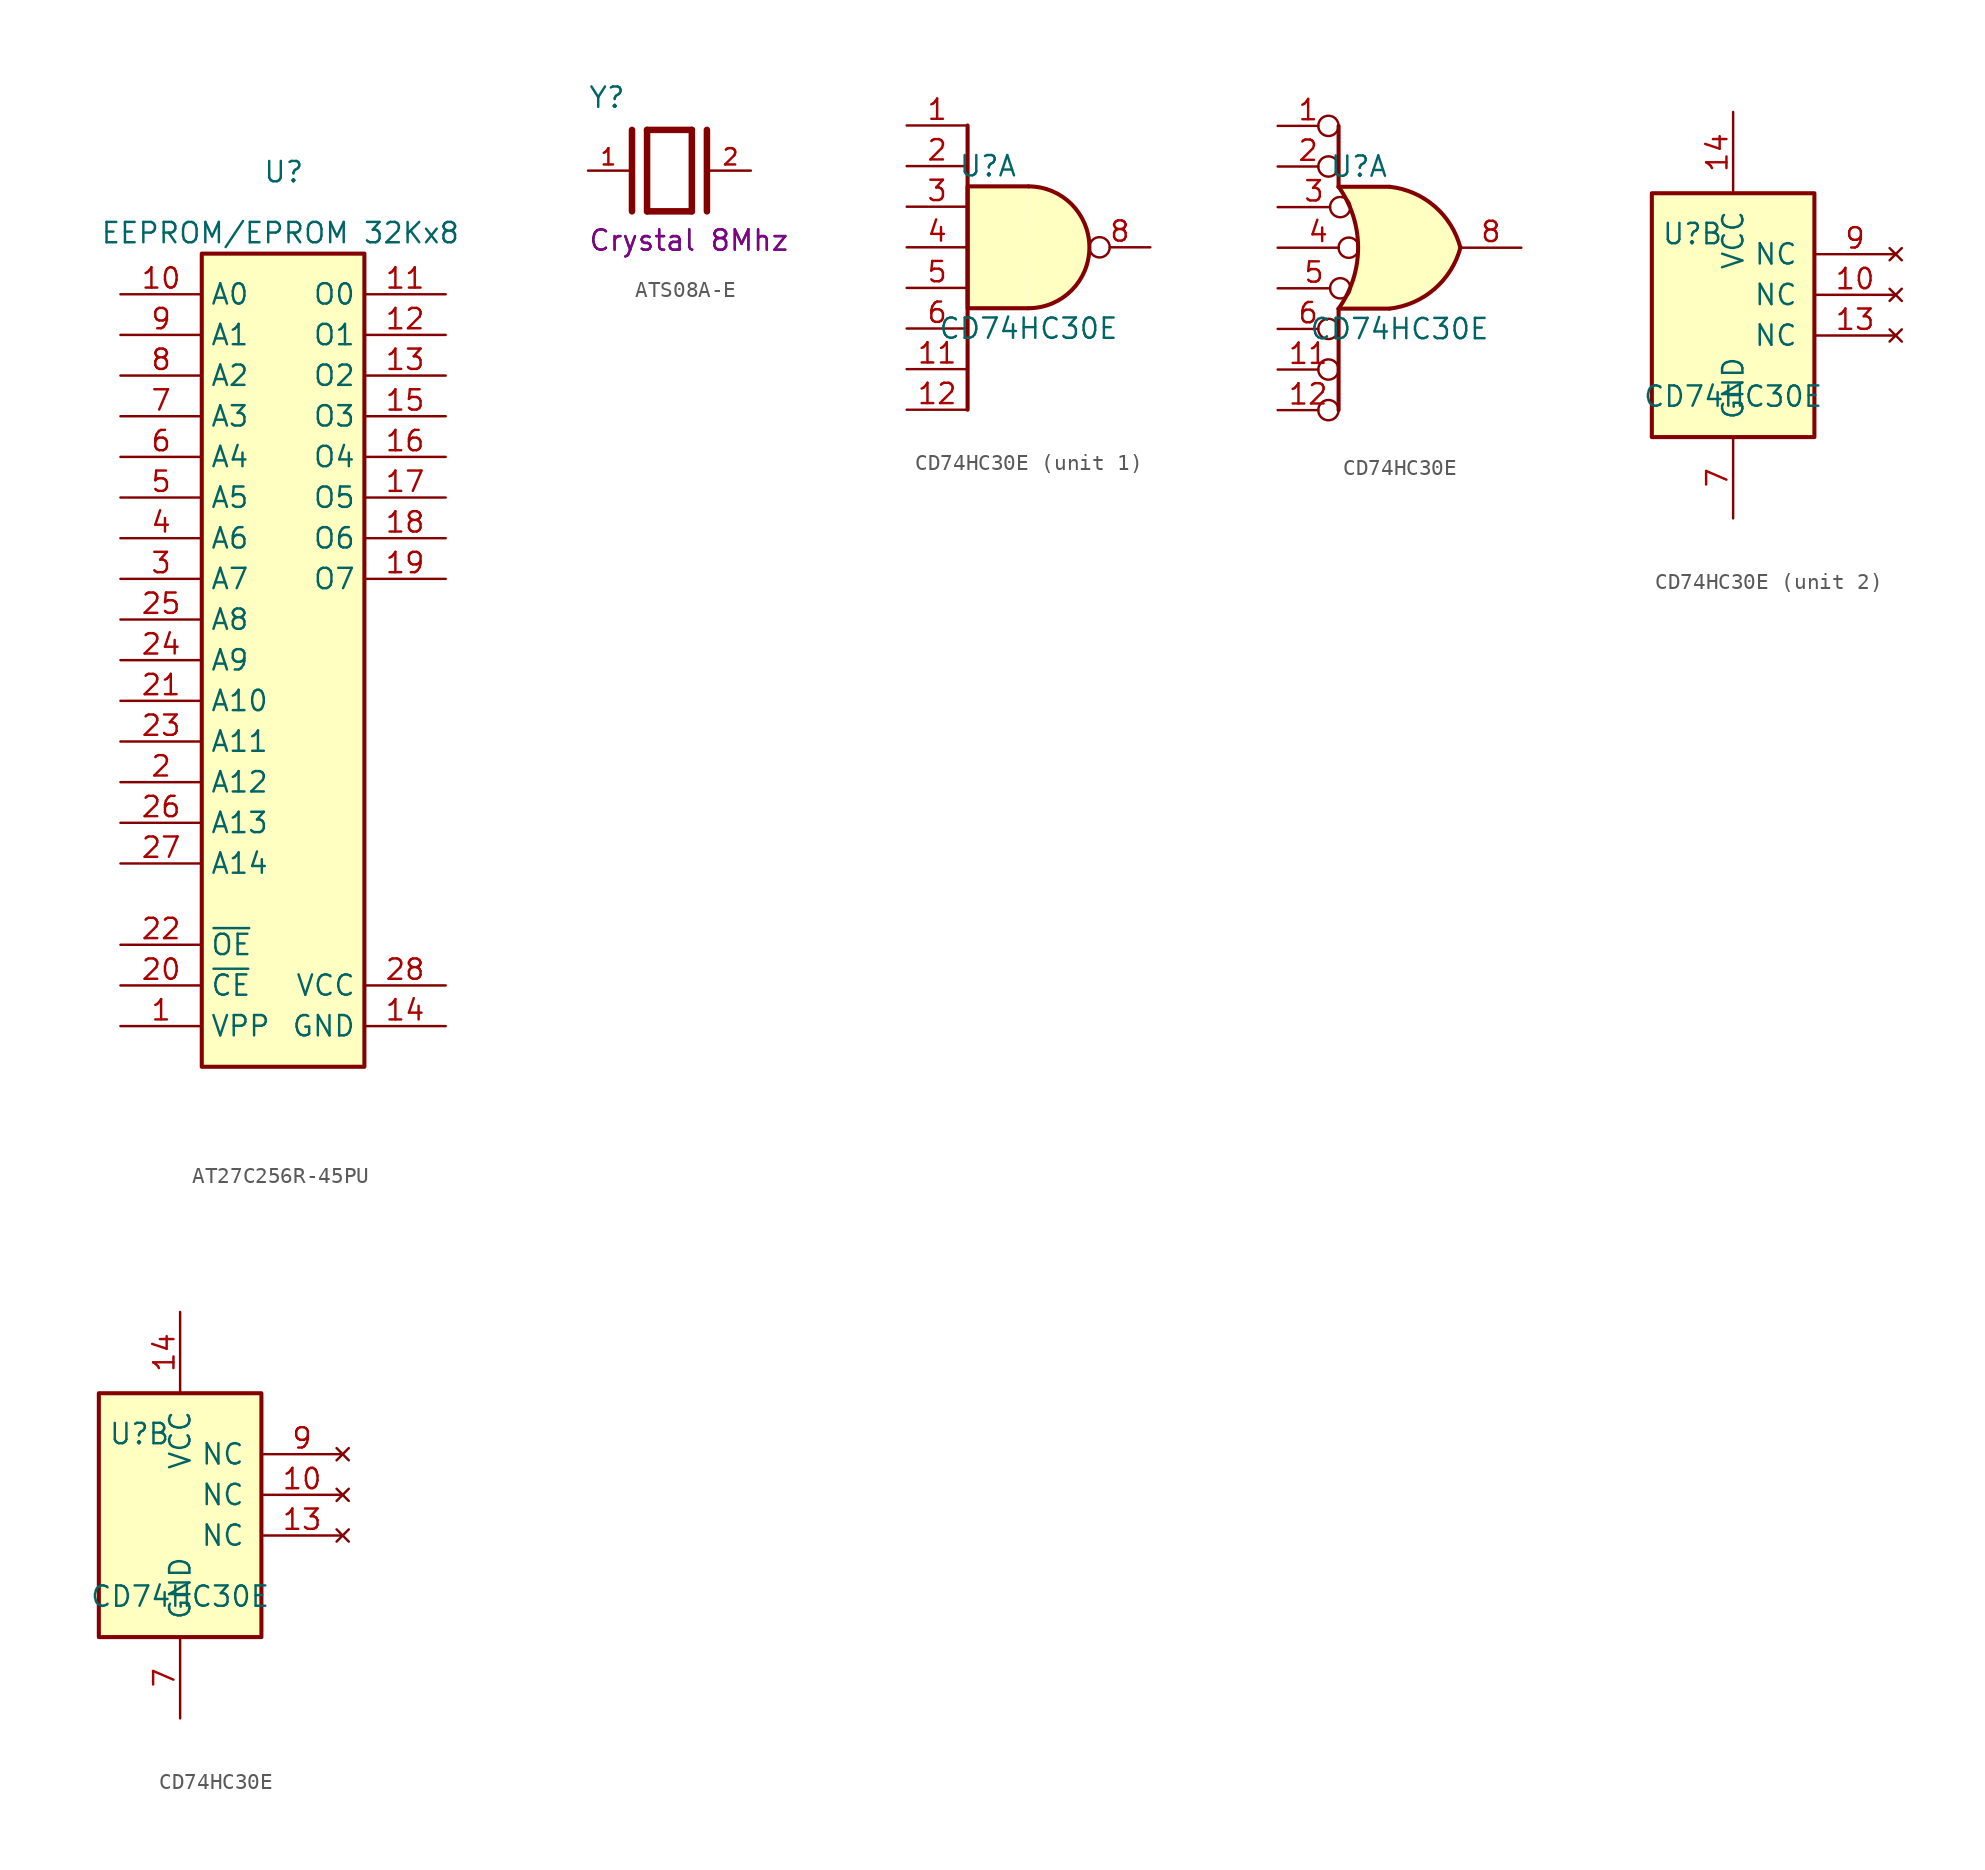
<source format=kicad_sym>
(kicad_symbol_lib
  (version 20241209)
  (generator "kicad_symbol_editor")
  (generator_version "9.0")
  (symbol "AT27C256R-45PU"
    (property "Reference" "U"
      (at 8.89 8.382 0)
      (effects (font (size 1.27 1.27)) (justify left top)))
    (property "Value" "EEPROM/EPROM 32Kx8"
      (at -1.27 4.572 0)
      (effects (font (size 1.27 1.27)) (justify left top)))
    (symbol "AT27C256R-45PU_1_1"
      (rectangle (start 5.08 2.54) (end 15.24 -48.26) (stroke (width 0.254) (type default)) (fill (type background)))
      (pin passive line (at 0 0 0) (length 5.08) (name "A0" (effects (font (size 1.27 1.27)))) (number "10" (effects (font (size 1.27 1.27)))))
      (pin passive line (at 0 -2.54 0) (length 5.08) (name "A1" (effects (font (size 1.27 1.27)))) (number "9" (effects (font (size 1.27 1.27)))))
      (pin passive line (at 0 -5.08 0) (length 5.08) (name "A2" (effects (font (size 1.27 1.27)))) (number "8" (effects (font (size 1.27 1.27)))))
      (pin passive line (at 0 -7.62 0) (length 5.08) (name "A3" (effects (font (size 1.27 1.27)))) (number "7" (effects (font (size 1.27 1.27)))))
      (pin passive line (at 0 -10.16 0) (length 5.08) (name "A4" (effects (font (size 1.27 1.27)))) (number "6" (effects (font (size 1.27 1.27)))))
      (pin passive line (at 0 -12.7 0) (length 5.08) (name "A5" (effects (font (size 1.27 1.27)))) (number "5" (effects (font (size 1.27 1.27)))))
      (pin passive line (at 0 -15.24 0) (length 5.08) (name "A6" (effects (font (size 1.27 1.27)))) (number "4" (effects (font (size 1.27 1.27)))))
      (pin passive line (at 0 -17.78 0) (length 5.08) (name "A7" (effects (font (size 1.27 1.27)))) (number "3" (effects (font (size 1.27 1.27)))))
      (pin passive line (at 0 -20.32 0) (length 5.08) (name "A8" (effects (font (size 1.27 1.27)))) (number "25" (effects (font (size 1.27 1.27)))))
      (pin passive line (at 0 -22.86 0) (length 5.08) (name "A9" (effects (font (size 1.27 1.27)))) (number "24" (effects (font (size 1.27 1.27)))))
      (pin passive line (at 0 -25.4 0) (length 5.08) (name "A10" (effects (font (size 1.27 1.27)))) (number "21" (effects (font (size 1.27 1.27)))))
      (pin passive line (at 0 -27.94 0) (length 5.08) (name "A11" (effects (font (size 1.27 1.27)))) (number "23" (effects (font (size 1.27 1.27)))))
      (pin passive line (at 0 -30.48 0) (length 5.08) (name "A12" (effects (font (size 1.27 1.27)))) (number "2" (effects (font (size 1.27 1.27)))))
      (pin passive line (at 0 -33.02 0) (length 5.08) (name "A13" (effects (font (size 1.27 1.27)))) (number "26" (effects (font (size 1.27 1.27)))))
      (pin passive line (at 0 -35.56 0) (length 5.08) (name "A14" (effects (font (size 1.27 1.27)))) (number "27" (effects (font (size 1.27 1.27)))))
      (pin passive line (at 0 -40.64 0) (length 5.08) (name "~{OE}" (effects (font (size 1.27 1.27)))) (number "22" (effects (font (size 1.27 1.27)))))
      (pin passive line (at 0 -43.18 0) (length 5.08) (name "~{CE}" (effects (font (size 1.27 1.27)))) (number "20" (effects (font (size 1.27 1.27)))))
      (pin passive line (at 0 -45.72 0) (length 5.08) (name "VPP" (effects (font (size 1.27 1.27)))) (number "1" (effects (font (size 1.27 1.27)))))
      (pin passive line (at 20.32 0 180) (length 5.08) (name "O0" (effects (font (size 1.27 1.27)))) (number "11" (effects (font (size 1.27 1.27)))))
      (pin passive line (at 20.32 -2.54 180) (length 5.08) (name "O1" (effects (font (size 1.27 1.27)))) (number "12" (effects (font (size 1.27 1.27)))))
      (pin passive line (at 20.32 -5.08 180) (length 5.08) (name "O2" (effects (font (size 1.27 1.27)))) (number "13" (effects (font (size 1.27 1.27)))))
      (pin passive line (at 20.32 -7.62 180) (length 5.08) (name "O3" (effects (font (size 1.27 1.27)))) (number "15" (effects (font (size 1.27 1.27)))))
      (pin passive line (at 20.32 -10.16 180) (length 5.08) (name "O4" (effects (font (size 1.27 1.27)))) (number "16" (effects (font (size 1.27 1.27)))))
      (pin passive line (at 20.32 -12.7 180) (length 5.08) (name "O5" (effects (font (size 1.27 1.27)))) (number "17" (effects (font (size 1.27 1.27)))))
      (pin passive line (at 20.32 -15.24 180) (length 5.08) (name "O6" (effects (font (size 1.27 1.27)))) (number "18" (effects (font (size 1.27 1.27)))))
      (pin passive line (at 20.32 -17.78 180) (length 5.08) (name "O7" (effects (font (size 1.27 1.27)))) (number "19" (effects (font (size 1.27 1.27)))))
      (pin passive line (at 20.32 -43.18 180) (length 5.08) (name "VCC" (effects (font (size 1.27 1.27)))) (number "28" (effects (font (size 1.27 1.27)))))
      (pin passive line (at 20.32 -45.72 180) (length 5.08) (name "GND" (effects (font (size 1.27 1.27)))) (number "14" (effects (font (size 1.27 1.27)))))))
  (symbol "ATS08A-E"
    (pin_names
      (offset 1.016))
    (property "Reference" "Y"
      (at -5.088 3.816 0)
      (effects (font (size 1.27 1.27)) (justify left bottom)))
    (property "Value" "Crystal 8Mhz"
      (at -5.094 -5.094 0)
      (effects (font (size 1.27 1.27)) (justify left bottom)))
    (property "Description" "Crystal 8Mhz"
      (at -5.094 -5.094 0)
      (effects (font (size 1.27 1.27)) (justify left bottom)))
    (symbol "ATS08A-E_0_0"
      (polyline (pts (xy -2.337 2.54) (xy -2.337 -2.54)) (stroke (width 0.406) (type default)) (fill (type none)))
      (polyline (pts (xy -1.397 2.54) (xy -1.397 -2.54)) (stroke (width 0.406) (type default)) (fill (type none)))
      (polyline (pts (xy -1.397 2.54) (xy 1.397 2.54)) (stroke (width 0.406) (type default)) (fill (type none)))
      (polyline (pts (xy 1.397 2.54) (xy 1.397 -2.54)) (stroke (width 0.406) (type default)) (fill (type none)))
      (polyline (pts (xy 1.397 -2.54) (xy -1.397 -2.54)) (stroke (width 0.406) (type default)) (fill (type none)))
      (polyline (pts (xy 2.337 2.54) (xy 2.337 -2.54)) (stroke (width 0.406) (type default)) (fill (type none)))
      (pin passive line (at -5.08 0 0) (length 2.54) (name "~" (effects (font (size 1.016 1.016)))) (number "1" (effects (font (size 1.016 1.016)))))
      (pin passive line (at 5.08 0 180) (length 2.54) (name "~" (effects (font (size 1.016 1.016)))) (number "2" (effects (font (size 1.016 1.016)))))))
  (symbol "CD74HC30E"
    (pin_names
      (offset 1.016))
    (property "Reference" "U"
      (at -2.54 5.08 0)
      (effects (font (size 1.27 1.27))))
    (property "Value" "CD74HC30E"
      (at 0 -5.08 0)
      (effects (font (size 1.27 1.27))))
    (property "ki_locked" ""
      (at 0 0 0)
      (effects (font (size 1.27 1.27))))
    (symbol "CD74HC30E_1_1"
      (polyline (pts (xy -3.81 7.62) (xy -3.81 -10.16)) (stroke (width 0.254) (type default)) (fill (type none)))
      (arc (start 0 3.81) (mid 3.7934 0) (end 0 -3.81) (stroke (width 0.254) (type default)) (fill (type background)))
      (polyline (pts (xy 0 3.81) (xy -3.81 3.81) (xy -3.81 -3.81) (xy 0 -3.81)) (stroke (width 0.254) (type default)) (fill (type background)))
      (pin input line (at -7.62 7.62 0) (length 3.81) (name "~" (effects (font (size 1.27 1.27)))) (number "1" (effects (font (size 1.27 1.27)))))
      (pin input line (at -7.62 5.08 0) (length 3.81) (name "~" (effects (font (size 1.27 1.27)))) (number "2" (effects (font (size 1.27 1.27)))))
      (pin input line (at -7.62 2.54 0) (length 3.81) (name "~" (effects (font (size 1.27 1.27)))) (number "3" (effects (font (size 1.27 1.27)))))
      (pin input line (at -7.62 0 0) (length 3.81) (name "~" (effects (font (size 1.27 1.27)))) (number "4" (effects (font (size 1.27 1.27)))))
      (pin input line (at -7.62 -2.54 0) (length 3.81) (name "~" (effects (font (size 1.27 1.27)))) (number "5" (effects (font (size 1.27 1.27)))))
      (pin input line (at -7.62 -5.08 0) (length 3.81) (name "~" (effects (font (size 1.27 1.27)))) (number "6" (effects (font (size 1.27 1.27)))))
      (pin input line (at -7.62 -7.62 0) (length 3.81) (name "~" (effects (font (size 1.27 1.27)))) (number "11" (effects (font (size 1.27 1.27)))))
      (pin input line (at -7.62 -10.16 0) (length 3.81) (name "~" (effects (font (size 1.27 1.27)))) (number "12" (effects (font (size 1.27 1.27)))))
      (pin output inverted (at 7.62 0 180) (length 3.81) (name "~" (effects (font (size 1.27 1.27)))) (number "8" (effects (font (size 1.27 1.27))))))
    (symbol "CD74HC30E_1_2"
      (arc (start -3.81 3.81) (mid -2.589 0) (end -3.81 -3.81) (stroke (width 0.254) (type default)) (fill (type none)))
      (polyline (pts (xy -3.81 7.62) (xy -3.81 3.81)) (stroke (width 0.254) (type default)) (fill (type none)))
      (polyline (pts (xy -3.81 3.81) (xy -0.635 3.81)) (stroke (width 0.254) (type default)) (fill (type background)))
      (polyline (pts (xy -3.81 -3.81) (xy -3.81 -10.16)) (stroke (width 0.254) (type default)) (fill (type none)))
      (polyline (pts (xy -3.81 -3.81) (xy -0.635 -3.81)) (stroke (width 0.254) (type default)) (fill (type background)))
      (arc (start 3.81 0) (mid 2.1855 -2.584) (end -0.6096 -3.81) (stroke (width 0.254) (type default)) (fill (type background)))
      (arc (start -0.6096 3.81) (mid 2.1928 2.5924) (end 3.81 0) (stroke (width 0.254) (type default)) (fill (type background)))
      (polyline (pts (xy -0.635 3.81) (xy -3.81 3.81) (xy -3.81 3.81) (xy -3.556 3.404) (xy -3.023 2.261) (xy -2.692 1.041) (xy -2.616 -0.254) (xy -2.769 -1.499) (xy -3.175 -2.718) (xy -3.81 -3.81) (xy -3.81 -3.81) (xy -0.635 -3.81)) (stroke (width -25.4) (type default)) (fill (type background)))
      (pin input inverted (at -7.62 7.62 0) (length 3.81) (name "~" (effects (font (size 1.27 1.27)))) (number "1" (effects (font (size 1.27 1.27)))))
      (pin input inverted (at -7.62 5.08 0) (length 3.81) (name "~" (effects (font (size 1.27 1.27)))) (number "2" (effects (font (size 1.27 1.27)))))
      (pin input inverted (at -7.62 2.54 0) (length 4.547) (name "~" (effects (font (size 1.27 1.27)))) (number "3" (effects (font (size 1.27 1.27)))))
      (pin input inverted (at -7.62 0 0) (length 5.08) (name "~" (effects (font (size 1.27 1.27)))) (number "4" (effects (font (size 1.27 1.27)))))
      (pin input inverted (at -7.62 -2.54 0) (length 4.547) (name "~" (effects (font (size 1.27 1.27)))) (number "5" (effects (font (size 1.27 1.27)))))
      (pin input inverted (at -7.62 -5.08 0) (length 3.81) (name "~" (effects (font (size 1.27 1.27)))) (number "6" (effects (font (size 1.27 1.27)))))
      (pin input inverted (at -7.62 -7.62 0) (length 3.81) (name "~" (effects (font (size 1.27 1.27)))) (number "11" (effects (font (size 1.27 1.27)))))
      (pin input inverted (at -7.62 -10.16 0) (length 3.81) (name "~" (effects (font (size 1.27 1.27)))) (number "12" (effects (font (size 1.27 1.27)))))
      (pin output line (at 7.62 0 180) (length 3.81) (name "~" (effects (font (size 1.27 1.27)))) (number "8" (effects (font (size 1.27 1.27))))))
    (symbol "CD74HC30E_2_0"
      (pin power_in line (at 0 12.7 270) (length 5.08) (name "VCC" (effects (font (size 1.27 1.27)))) (number "14" (effects (font (size 1.27 1.27)))))
      (pin power_in line (at 0 -12.7 90) (length 5.08) (name "GND" (effects (font (size 1.27 1.27)))) (number "7" (effects (font (size 1.27 1.27)))))
      (pin no_connect line (at 10.16 3.81 180) (length 5.08) (name "NC" (effects (font (size 1.27 1.27)))) (number "9" (effects (font (size 1.27 1.27)))))
      (pin no_connect line (at 10.16 1.27 180) (length 5.08) (name "NC" (effects (font (size 1.27 1.27)))) (number "10" (effects (font (size 1.27 1.27)))))
      (pin no_connect line (at 10.16 -1.27 180) (length 5.08) (name "NC" (effects (font (size 1.27 1.27)))) (number "13" (effects (font (size 1.27 1.27))))))
    (symbol "CD74HC30E_2_1"
      (rectangle (start -5.08 7.62) (end 5.08 -7.62) (stroke (width 0.254) (type default)) (fill (type background))))
    (symbol "CD74HC30E_2_2"
      (rectangle (start -5.08 7.62) (end 5.08 -7.62) (stroke (width 0.254) (type default)) (fill (type background))))))
</source>
